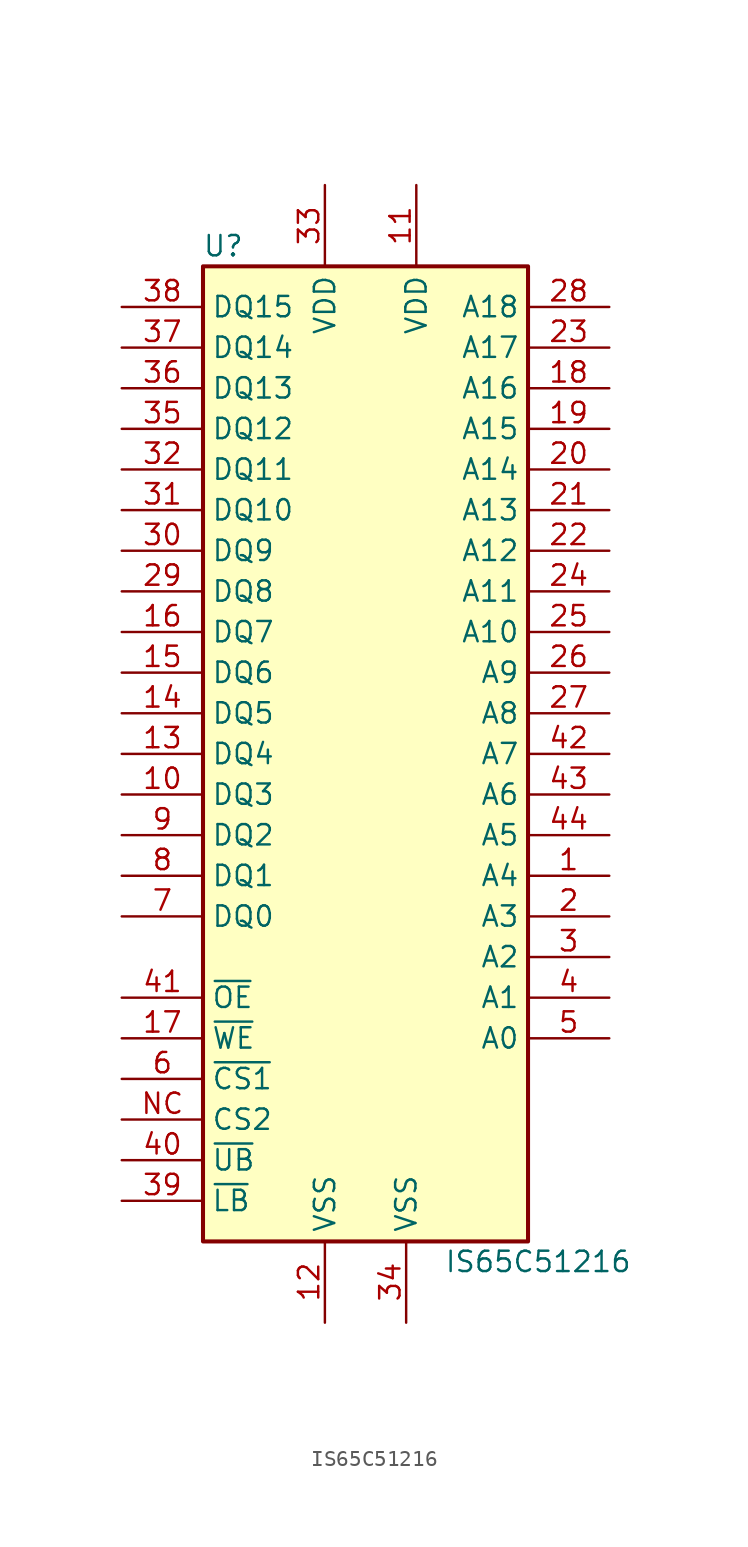
<source format=kicad_sym>
(kicad_symbol_lib
  (version 20211014)
  (generator kicad_symbol_editor)
  (symbol "IS65C51216"
    (property "Reference" "U"
      (at -8.89 31.75 0)
      (effects (font (size 1.27 1.27))))
    (property "Value" "IS65C51216"
      (at 10.795 -31.75 0)
      (effects (font (size 1.27 1.27))))
    (symbol "IS65C51216_0_0"
      (pin power_in line (at 3.175 35.56 270) (length 5.08) (name "VDD" (effects (font (size 1.27 1.27)))) (number "11" (effects (font (size 1.27 1.27))))))
    (symbol "IS65C51216_0_1"
      (rectangle (start -10.16 30.48) (end 10.16 -30.48) (stroke (width 0.254) (type default) (color 0 0 0 0)) (fill (type background))))
    (symbol "IS65C51216_1_1"
      (pin input line (at 15.24 -7.62 180) (length 5.08) (name "A4" (effects (font (size 1.27 1.27)))) (number "1" (effects (font (size 1.27 1.27)))))
      (pin bidirectional line (at -15.24 -2.54 0) (length 5.08) (name "DQ3" (effects (font (size 1.27 1.27)))) (number "10" (effects (font (size 1.27 1.27)))))
      (pin power_in line (at -2.54 -35.56 90) (length 5.08) (name "VSS" (effects (font (size 1.27 1.27)))) (number "12" (effects (font (size 1.27 1.27)))))
      (pin bidirectional line (at -15.24 0 0) (length 5.08) (name "DQ4" (effects (font (size 1.27 1.27)))) (number "13" (effects (font (size 1.27 1.27)))))
      (pin bidirectional line (at -15.24 2.54 0) (length 5.08) (name "DQ5" (effects (font (size 1.27 1.27)))) (number "14" (effects (font (size 1.27 1.27)))))
      (pin bidirectional line (at -15.24 5.08 0) (length 5.08) (name "DQ6" (effects (font (size 1.27 1.27)))) (number "15" (effects (font (size 1.27 1.27)))))
      (pin bidirectional line (at -15.24 7.62 0) (length 5.08) (name "DQ7" (effects (font (size 1.27 1.27)))) (number "16" (effects (font (size 1.27 1.27)))))
      (pin input line (at -15.24 -17.78 0) (length 5.08) (name "~{WE}" (effects (font (size 1.27 1.27)))) (number "17" (effects (font (size 1.27 1.27)))))
      (pin input line (at 15.24 22.86 180) (length 5.08) (name "A16" (effects (font (size 1.27 1.27)))) (number "18" (effects (font (size 1.27 1.27)))))
      (pin input line (at 15.24 20.32 180) (length 5.08) (name "A15" (effects (font (size 1.27 1.27)))) (number "19" (effects (font (size 1.27 1.27)))))
      (pin input line (at 15.24 -10.16 180) (length 5.08) (name "A3" (effects (font (size 1.27 1.27)))) (number "2" (effects (font (size 1.27 1.27)))))
      (pin input line (at 15.24 17.78 180) (length 5.08) (name "A14" (effects (font (size 1.27 1.27)))) (number "20" (effects (font (size 1.27 1.27)))))
      (pin input line (at 15.24 15.24 180) (length 5.08) (name "A13" (effects (font (size 1.27 1.27)))) (number "21" (effects (font (size 1.27 1.27)))))
      (pin input line (at 15.24 12.7 180) (length 5.08) (name "A12" (effects (font (size 1.27 1.27)))) (number "22" (effects (font (size 1.27 1.27)))))
      (pin input line (at 15.24 25.4 180) (length 5.08) (name "A17" (effects (font (size 1.27 1.27)))) (number "23" (effects (font (size 1.27 1.27)))))
      (pin input line (at 15.24 10.16 180) (length 5.08) (name "A11" (effects (font (size 1.27 1.27)))) (number "24" (effects (font (size 1.27 1.27)))))
      (pin input line (at 15.24 7.62 180) (length 5.08) (name "A10" (effects (font (size 1.27 1.27)))) (number "25" (effects (font (size 1.27 1.27)))))
      (pin input line (at 15.24 5.08 180) (length 5.08) (name "A9" (effects (font (size 1.27 1.27)))) (number "26" (effects (font (size 1.27 1.27)))))
      (pin input line (at 15.24 2.54 180) (length 5.08) (name "A8" (effects (font (size 1.27 1.27)))) (number "27" (effects (font (size 1.27 1.27)))))
      (pin input line (at 15.24 27.94 180) (length 5.08) (name "A18" (effects (font (size 1.27 1.27)))) (number "28" (effects (font (size 1.27 1.27)))))
      (pin bidirectional line (at -15.24 10.16 0) (length 5.08) (name "DQ8" (effects (font (size 1.27 1.27)))) (number "29" (effects (font (size 1.27 1.27)))))
      (pin input line (at 15.24 -12.7 180) (length 5.08) (name "A2" (effects (font (size 1.27 1.27)))) (number "3" (effects (font (size 1.27 1.27)))))
      (pin bidirectional line (at -15.24 12.7 0) (length 5.08) (name "DQ9" (effects (font (size 1.27 1.27)))) (number "30" (effects (font (size 1.27 1.27)))))
      (pin bidirectional line (at -15.24 15.24 0) (length 5.08) (name "DQ10" (effects (font (size 1.27 1.27)))) (number "31" (effects (font (size 1.27 1.27)))))
      (pin bidirectional line (at -15.24 17.78 0) (length 5.08) (name "DQ11" (effects (font (size 1.27 1.27)))) (number "32" (effects (font (size 1.27 1.27)))))
      (pin power_in line (at -2.54 35.56 270) (length 5.08) (name "VDD" (effects (font (size 1.27 1.27)))) (number "33" (effects (font (size 1.27 1.27)))))
      (pin power_in line (at 2.54 -35.56 90) (length 5.08) (name "VSS" (effects (font (size 1.27 1.27)))) (number "34" (effects (font (size 1.27 1.27)))))
      (pin bidirectional line (at -15.24 20.32 0) (length 5.08) (name "DQ12" (effects (font (size 1.27 1.27)))) (number "35" (effects (font (size 1.27 1.27)))))
      (pin bidirectional line (at -15.24 22.86 0) (length 5.08) (name "DQ13" (effects (font (size 1.27 1.27)))) (number "36" (effects (font (size 1.27 1.27)))))
      (pin bidirectional line (at -15.24 25.4 0) (length 5.08) (name "DQ14" (effects (font (size 1.27 1.27)))) (number "37" (effects (font (size 1.27 1.27)))))
      (pin bidirectional line (at -15.24 27.94 0) (length 5.08) (name "DQ15" (effects (font (size 1.27 1.27)))) (number "38" (effects (font (size 1.27 1.27)))))
      (pin input line (at -15.24 -27.94 0) (length 5.08) (name "~{LB}" (effects (font (size 1.27 1.27)))) (number "39" (effects (font (size 1.27 1.27)))))
      (pin input line (at 15.24 -15.24 180) (length 5.08) (name "A1" (effects (font (size 1.27 1.27)))) (number "4" (effects (font (size 1.27 1.27)))))
      (pin input line (at -15.24 -25.4 0) (length 5.08) (name "~{UB}" (effects (font (size 1.27 1.27)))) (number "40" (effects (font (size 1.27 1.27)))))
      (pin input line (at -15.24 -15.24 0) (length 5.08) (name "~{OE}" (effects (font (size 1.27 1.27)))) (number "41" (effects (font (size 1.27 1.27)))))
      (pin input line (at 15.24 0 180) (length 5.08) (name "A7" (effects (font (size 1.27 1.27)))) (number "42" (effects (font (size 1.27 1.27)))))
      (pin input line (at 15.24 -2.54 180) (length 5.08) (name "A6" (effects (font (size 1.27 1.27)))) (number "43" (effects (font (size 1.27 1.27)))))
      (pin input line (at 15.24 -5.08 180) (length 5.08) (name "A5" (effects (font (size 1.27 1.27)))) (number "44" (effects (font (size 1.27 1.27)))))
      (pin input line (at 15.24 -17.78 180) (length 5.08) (name "A0" (effects (font (size 1.27 1.27)))) (number "5" (effects (font (size 1.27 1.27)))))
      (pin input line (at -15.24 -20.32 0) (length 5.08) (name "~{CS1}" (effects (font (size 1.27 1.27)))) (number "6" (effects (font (size 1.27 1.27)))))
      (pin bidirectional line (at -15.24 -10.16 0) (length 5.08) (name "DQ0" (effects (font (size 1.27 1.27)))) (number "7" (effects (font (size 1.27 1.27)))))
      (pin bidirectional line (at -15.24 -7.62 0) (length 5.08) (name "DQ1" (effects (font (size 1.27 1.27)))) (number "8" (effects (font (size 1.27 1.27)))))
      (pin bidirectional line (at -15.24 -5.08 0) (length 5.08) (name "DQ2" (effects (font (size 1.27 1.27)))) (number "9" (effects (font (size 1.27 1.27)))))
      (pin input line (at -15.24 -22.86 0) (length 5.08) (name "CS2" (effects (font (size 1.27 1.27)))) (number "NC" (effects (font (size 1.27 1.27))))))))
</source>
